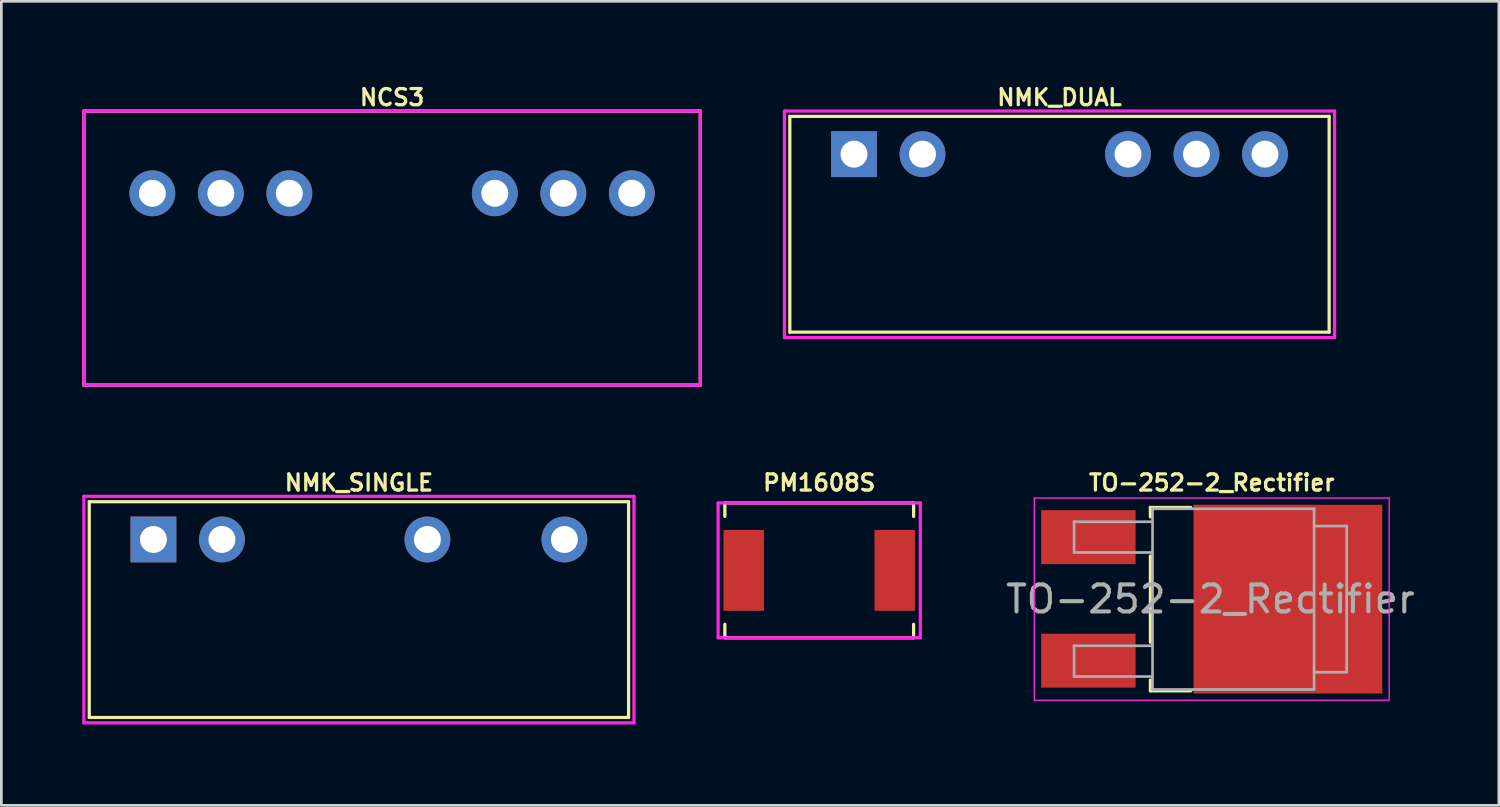
<source format=kicad_pcb>
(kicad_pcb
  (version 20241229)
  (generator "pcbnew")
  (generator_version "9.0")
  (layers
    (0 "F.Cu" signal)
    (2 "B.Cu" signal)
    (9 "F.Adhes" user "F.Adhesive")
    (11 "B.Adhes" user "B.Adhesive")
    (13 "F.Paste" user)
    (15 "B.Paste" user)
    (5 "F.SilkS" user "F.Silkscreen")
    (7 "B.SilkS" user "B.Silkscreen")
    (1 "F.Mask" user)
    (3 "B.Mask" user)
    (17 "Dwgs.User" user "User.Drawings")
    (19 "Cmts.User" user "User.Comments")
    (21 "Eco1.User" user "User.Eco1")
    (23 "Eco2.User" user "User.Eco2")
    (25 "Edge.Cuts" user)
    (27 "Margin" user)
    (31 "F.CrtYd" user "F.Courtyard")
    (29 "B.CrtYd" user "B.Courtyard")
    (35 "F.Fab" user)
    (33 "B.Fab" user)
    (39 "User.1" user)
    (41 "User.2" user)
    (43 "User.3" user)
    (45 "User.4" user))
  (footprint "NMK_SINGLE"
    (layer "F.Cu")
    (at 10.26 16.956)
    (property "Reference" "NMK_SINGLE" (at 0 -2.105 0) (layer "F.SilkS") (effects (font (size 0.6 0.6) (thickness 0.12))))
    (attr through_hole)
    (fp_line (start -10 -1.4) (end -10 6.6) (stroke (width 0.12) (type solid)) (layer "F.SilkS"))
    (fp_line (start -10 -1.4) (end 10 -1.4) (stroke (width 0.12) (type solid)) (layer "F.SilkS"))
    (fp_line (start -10 6.6) (end 10 6.6) (stroke (width 0.12) (type solid)) (layer "F.SilkS"))
    (fp_line (start 10 6.6) (end 10 -1.4) (stroke (width 0.12) (type solid)) (layer "F.SilkS"))
    (fp_line (start -10.2 -1.6) (end -10.2 6.8) (stroke (width 0.12) (type solid)) (layer "F.CrtYd"))
    (fp_line (start -10.2 6.8) (end 10.2 6.8) (stroke (width 0.12) (type solid)) (layer "F.CrtYd"))
    (fp_line (start 10.2 -1.6) (end -10.2 -1.6) (stroke (width 0.12) (type solid)) (layer "F.CrtYd"))
    (fp_line (start 10.2 6.8) (end 10.2 -1.6) (stroke (width 0.12) (type solid)) (layer "F.CrtYd"))
    (pad "1" thru_hole rect (at -7.62 0) (size 1.7 1.7) (drill 1) (layers "*.Cu" "*.Mask"))
    (pad "2" thru_hole circle (at -5.08 0) (size 1.7 1.7) (drill 1) (layers "*.Cu" "*.Mask"))
    (pad "5" thru_hole circle (at 2.54 0) (size 1.7 1.7) (drill 1) (layers "*.Cu" "*.Mask"))
    (pad "7" thru_hole circle (at 7.62 0) (size 1.7 1.7) (drill 1) (layers "*.Cu" "*.Mask")))
  (footprint "NCS3"
    (layer "F.Cu")
    (at 11.49 4.118)
    (property "Reference" "NCS3" (at 0 -3.556 0) (layer "F.SilkS") (effects (font (size 0.6 0.6) (thickness 0.12))))
    (attr through_hole)
    (fp_line (start -11.43 -3.048) (end 11.43 -3.048) (stroke (width 0.12) (type solid)) (layer "F.SilkS"))
    (fp_line (start -11.43 7.112) (end -11.43 -3.048) (stroke (width 0.12) (type solid)) (layer "F.SilkS"))
    (fp_line (start 11.43 -3.048) (end 11.43 7.112) (stroke (width 0.12) (type solid)) (layer "F.SilkS"))
    (fp_line (start 11.43 7.112) (end -11.43 7.112) (stroke (width 0.12) (type solid)) (layer "F.SilkS"))
    (fp_line (start -11.43 -3.048) (end 11.43 -3.048) (stroke (width 0.12) (type solid)) (layer "F.CrtYd"))
    (fp_line (start -11.43 7.112) (end -11.43 -3.048) (stroke (width 0.12) (type solid)) (layer "F.CrtYd"))
    (fp_line (start 11.43 -3.048) (end 11.43 7.112) (stroke (width 0.12) (type solid)) (layer "F.CrtYd"))
    (fp_line (start 11.43 7.112) (end -11.43 7.112) (stroke (width 0.12) (type solid)) (layer "F.CrtYd"))
    (pad "1" thru_hole circle (at -8.89 0) (size 1.7 1.7) (drill 1) (layers "*.Cu" "*.Mask"))
    (pad "2" thru_hole circle (at -6.35 0) (size 1.7 1.7) (drill 1) (layers "*.Cu" "*.Mask"))
    (pad "3" thru_hole circle (at -3.81 0) (size 1.7 1.7) (drill 1) (layers "*.Cu" "*.Mask"))
    (pad "6" thru_hole circle (at 3.81 0) (size 1.7 1.7) (drill 1) (layers "*.Cu" "*.Mask"))
    (pad "7" thru_hole circle (at 6.35 0) (size 1.7 1.7) (drill 1) (layers "*.Cu" "*.Mask"))
    (pad "8" thru_hole circle (at 8.89 0) (size 1.7 1.7) (drill 1) (layers "*.Cu" "*.Mask")))
  (footprint "PM1608S"
    (layer "F.Cu")
    (at 27.33 18.101)
    (property "Reference" "PM1608S" (at 0 -3.25 0) (layer "F.SilkS") (effects (font (size 0.6 0.6) (thickness 0.12))))
    (attr smd)
    (fp_line (start -3.5 -2.5) (end -3.5 -2) (stroke (width 0.12) (type solid)) (layer "F.SilkS"))
    (fp_line (start -3.5 -2.5) (end 3.5 -2.5) (stroke (width 0.12) (type solid)) (layer "F.SilkS"))
    (fp_line (start -3.5 2.5) (end -3.5 2) (stroke (width 0.12) (type solid)) (layer "F.SilkS"))
    (fp_line (start -3.5 2.5) (end 3.5 2.5) (stroke (width 0.12) (type solid)) (layer "F.SilkS"))
    (fp_line (start 3.5 -2.5) (end 3.5 -2) (stroke (width 0.12) (type solid)) (layer "F.SilkS"))
    (fp_line (start 3.5 2.5) (end 3.5 2) (stroke (width 0.12) (type solid)) (layer "F.SilkS"))
    (fp_line (start -3.75 -2.5) (end 3.75 -2.5) (stroke (width 0.12) (type solid)) (layer "F.CrtYd"))
    (fp_line (start -3.75 2.5) (end -3.75 -2.5) (stroke (width 0.12) (type solid)) (layer "F.CrtYd"))
    (fp_line (start 3.75 -2.5) (end 3.75 2.5) (stroke (width 0.12) (type solid)) (layer "F.CrtYd"))
    (fp_line (start 3.75 2.5) (end -3.75 2.5) (stroke (width 0.12) (type solid)) (layer "F.CrtYd"))
    (pad "1" smd rect (at -2.8 0) (size 1.5 3) (layers "F.Cu" "F.Mask" "F.Paste"))
    (pad "2" smd rect (at 2.8 0) (size 1.5 3) (layers "F.Cu" "F.Mask" "F.Paste")))
  (footprint "TO-252-2_Rectifier"
    (layer "F.Cu")
    (at 41.886 19.169)
    (property "Reference" "TO-252-2_Rectifier" (at 0 -4.318 0) (layer "F.SilkS") (effects (font (size 0.6 0.6) (thickness 0.12))))
    (attr smd)
    (fp_line (start -2.275 -3.4) (end -0.775 -3.4) (stroke (width 0.12) (type solid)) (layer "F.SilkS"))
    (fp_line (start -2.275 -3.05) (end -2.275 -3.4) (stroke (width 0.12) (type solid)) (layer "F.SilkS"))
    (fp_line (start -2.275 1.6) (end -2.275 -1.6) (stroke (width 0.12) (type solid)) (layer "F.SilkS"))
    (fp_line (start -2.275 3.4) (end -2.275 3) (stroke (width 0.12) (type solid)) (layer "F.SilkS"))
    (fp_line (start -0.775 3.4) (end -2.275 3.4) (stroke (width 0.12) (type solid)) (layer "F.SilkS"))
    (fp_line (start -6.58 3.75) (end -6.58 -3.75) (stroke (width 0.05) (type solid)) (layer "F.CrtYd"))
    (fp_line (start -6.58 3.75) (end 6.58 3.75) (stroke (width 0.05) (type solid)) (layer "F.CrtYd"))
    (fp_line (start 6.58 -3.75) (end -6.58 -3.75) (stroke (width 0.05) (type solid)) (layer "F.CrtYd"))
    (fp_line (start 6.58 -3.75) (end 6.58 3.75) (stroke (width 0.05) (type solid)) (layer "F.CrtYd"))
    (fp_line (start -5.105 -2.87) (end -5.105 -1.73) (stroke (width 0.1) (type solid)) (layer "F.Fab"))
    (fp_line (start -5.105 -1.73) (end -2.195 -1.73) (stroke (width 0.1) (type solid)) (layer "F.Fab"))
    (fp_line (start -5.105 1.73) (end -5.105 2.87) (stroke (width 0.1) (type solid)) (layer "F.Fab"))
    (fp_line (start -5.105 2.87) (end -2.195 2.87) (stroke (width 0.1) (type solid)) (layer "F.Fab"))
    (fp_line (start -2.195 -2.87) (end -5.105 -2.87) (stroke (width 0.1) (type solid)) (layer "F.Fab"))
    (fp_line (start -2.195 1.73) (end -5.105 1.73) (stroke (width 0.1) (type solid)) (layer "F.Fab"))
    (fp_line (start -2.195 3.35) (end -2.195 -3.35) (stroke (width 0.1) (type solid)) (layer "F.Fab"))
    (fp_line (start -2.195 3.35) (end 3.795 3.35) (stroke (width 0.1) (type solid)) (layer "F.Fab"))
    (fp_line (start 3.795 -3.35) (end -2.195 -3.35) (stroke (width 0.1) (type solid)) (layer "F.Fab"))
    (fp_line (start 3.795 3.35) (end 3.795 -3.35) (stroke (width 0.1) (type solid)) (layer "F.Fab"))
    (fp_line (start 3.805 -2.71) (end 5.005 -2.71) (stroke (width 0.1) (type solid)) (layer "F.Fab"))
    (fp_line (start 5.005 -2.71) (end 5.005 2.71) (stroke (width 0.1) (type solid)) (layer "F.Fab"))
    (fp_line (start 5.005 2.71) (end 3.795 2.71) (stroke (width 0.1) (type solid)) (layer "F.Fab"))
    (fp_text user "${REFERENCE}" (at -0.05 0 0) (layer "F.Fab") (effects (font (size 1 1) (thickness 0.15))))
    (pad "1" smd rect (at -4.575 -2.3 270) (size 2 3.5) (layers "F.Cu" "F.Mask" "F.Paste"))
    (pad "2" smd rect (at 2.825 0 270) (size 7 7) (layers "F.Cu" "F.Mask" "F.Paste"))
    (pad "3" smd rect (at -4.575 2.28 270) (size 2 3.5) (layers "F.Cu" "F.Mask" "F.Paste")))
  (footprint "NMK_DUAL"
    (layer "F.Cu")
    (at 36.24 2.667)
    (property "Reference" "NMK_DUAL" (at 0 -2.105 0) (layer "F.SilkS") (effects (font (size 0.6 0.6) (thickness 0.12))))
    (attr through_hole)
    (fp_line (start -10 -1.4) (end -10 6.6) (stroke (width 0.12) (type solid)) (layer "F.SilkS"))
    (fp_line (start -10 -1.4) (end 10 -1.4) (stroke (width 0.12) (type solid)) (layer "F.SilkS"))
    (fp_line (start -10 6.6) (end 10 6.6) (stroke (width 0.12) (type solid)) (layer "F.SilkS"))
    (fp_line (start 10 6.6) (end 10 -1.4) (stroke (width 0.12) (type solid)) (layer "F.SilkS"))
    (fp_line (start -10.2 -1.6) (end -10.2 6.8) (stroke (width 0.12) (type solid)) (layer "F.CrtYd"))
    (fp_line (start -10.2 6.8) (end 10.2 6.8) (stroke (width 0.12) (type solid)) (layer "F.CrtYd"))
    (fp_line (start 10.2 -1.6) (end -10.2 -1.6) (stroke (width 0.12) (type solid)) (layer "F.CrtYd"))
    (fp_line (start 10.2 6.8) (end 10.2 -1.6) (stroke (width 0.12) (type solid)) (layer "F.CrtYd"))
    (pad "1" thru_hole rect (at -7.62 0) (size 1.7 1.7) (drill 1) (layers "*.Cu" "*.Mask"))
    (pad "2" thru_hole circle (at -5.08 0) (size 1.7 1.7) (drill 1) (layers "*.Cu" "*.Mask"))
    (pad "5" thru_hole circle (at 2.54 0) (size 1.7 1.7) (drill 1) (layers "*.Cu" "*.Mask"))
    (pad "6" thru_hole circle (at 5.08 0) (size 1.7 1.7) (drill 1) (layers "*.Cu" "*.Mask"))
    (pad "7" thru_hole circle (at 7.62 0) (size 1.7 1.7) (drill 1) (layers "*.Cu" "*.Mask")))
  (gr_rect
    (start -3 -3)
    (end 52.533 26.816)
    (stroke (width 0.1) (type default))
    (fill no)
    (layer "Edge.Cuts")))
</source>
